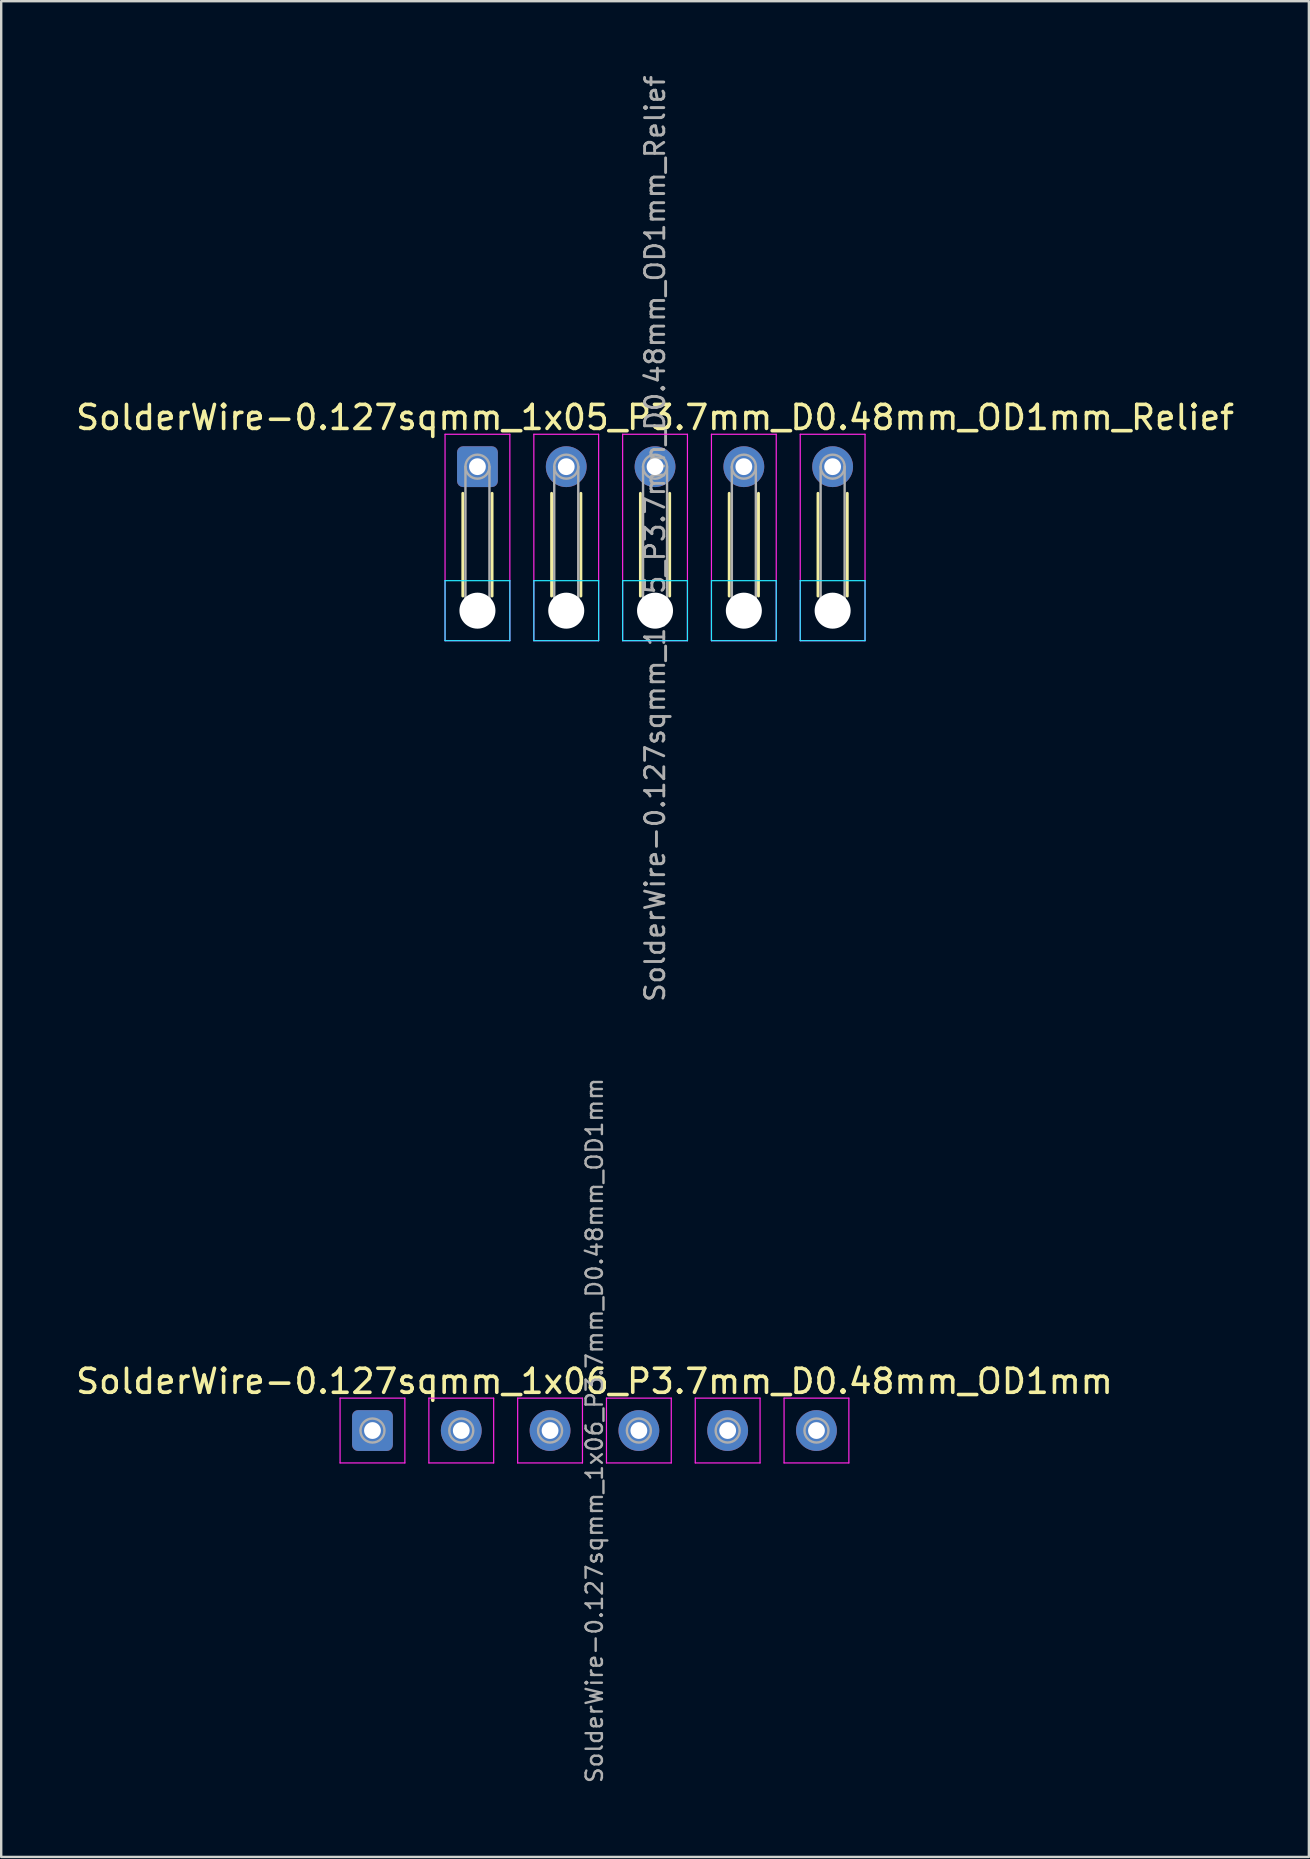
<source format=kicad_pcb>
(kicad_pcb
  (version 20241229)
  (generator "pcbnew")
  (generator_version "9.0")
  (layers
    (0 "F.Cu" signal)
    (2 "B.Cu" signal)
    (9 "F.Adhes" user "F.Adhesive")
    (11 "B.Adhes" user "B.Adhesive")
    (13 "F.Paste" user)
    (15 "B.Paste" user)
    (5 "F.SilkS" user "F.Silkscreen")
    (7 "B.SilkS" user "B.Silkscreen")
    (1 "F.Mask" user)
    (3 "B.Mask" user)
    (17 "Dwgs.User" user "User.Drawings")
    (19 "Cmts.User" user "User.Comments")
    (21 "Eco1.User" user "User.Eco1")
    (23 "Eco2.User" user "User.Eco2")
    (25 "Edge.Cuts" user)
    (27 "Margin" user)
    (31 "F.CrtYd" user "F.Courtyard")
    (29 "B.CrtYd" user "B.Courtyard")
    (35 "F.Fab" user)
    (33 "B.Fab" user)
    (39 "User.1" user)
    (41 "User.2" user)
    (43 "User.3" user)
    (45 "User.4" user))
  (footprint "SolderWire-0.127sqmm_1x06_P3.7mm_D0.48mm_OD1mm"
    (layer "F.Cu")
    (at 12.47 56.557)
    (property "Reference" "SolderWire-0.127sqmm_1x06_P3.7mm_D0.48mm_OD1mm" (at 9.25 -2.05 0) (layer "F.SilkS") (effects (font (size 1 1) (thickness 0.15))))
    (attr exclude_from_pos_files exclude_from_bom)
    (fp_line (start -1.35 -1.35) (end -1.35 1.35) (stroke (width 0.05) (type solid)) (layer "F.CrtYd"))
    (fp_line (start -1.35 1.35) (end 1.35 1.35) (stroke (width 0.05) (type solid)) (layer "F.CrtYd"))
    (fp_line (start 1.35 -1.35) (end -1.35 -1.35) (stroke (width 0.05) (type solid)) (layer "F.CrtYd"))
    (fp_line (start 1.35 1.35) (end 1.35 -1.35) (stroke (width 0.05) (type solid)) (layer "F.CrtYd"))
    (fp_line (start 2.35 -1.35) (end 2.35 1.35) (stroke (width 0.05) (type solid)) (layer "F.CrtYd"))
    (fp_line (start 2.35 1.35) (end 5.05 1.35) (stroke (width 0.05) (type solid)) (layer "F.CrtYd"))
    (fp_line (start 5.05 -1.35) (end 2.35 -1.35) (stroke (width 0.05) (type solid)) (layer "F.CrtYd"))
    (fp_line (start 5.05 1.35) (end 5.05 -1.35) (stroke (width 0.05) (type solid)) (layer "F.CrtYd"))
    (fp_line (start 6.05 -1.35) (end 6.05 1.35) (stroke (width 0.05) (type solid)) (layer "F.CrtYd"))
    (fp_line (start 6.05 1.35) (end 8.75 1.35) (stroke (width 0.05) (type solid)) (layer "F.CrtYd"))
    (fp_line (start 8.75 -1.35) (end 6.05 -1.35) (stroke (width 0.05) (type solid)) (layer "F.CrtYd"))
    (fp_line (start 8.75 1.35) (end 8.75 -1.35) (stroke (width 0.05) (type solid)) (layer "F.CrtYd"))
    (fp_line (start 9.75 -1.35) (end 9.75 1.35) (stroke (width 0.05) (type solid)) (layer "F.CrtYd"))
    (fp_line (start 9.75 1.35) (end 12.45 1.35) (stroke (width 0.05) (type solid)) (layer "F.CrtYd"))
    (fp_line (start 12.45 -1.35) (end 9.75 -1.35) (stroke (width 0.05) (type solid)) (layer "F.CrtYd"))
    (fp_line (start 12.45 1.35) (end 12.45 -1.35) (stroke (width 0.05) (type solid)) (layer "F.CrtYd"))
    (fp_line (start 13.45 -1.35) (end 13.45 1.35) (stroke (width 0.05) (type solid)) (layer "F.CrtYd"))
    (fp_line (start 13.45 1.35) (end 16.15 1.35) (stroke (width 0.05) (type solid)) (layer "F.CrtYd"))
    (fp_line (start 16.15 -1.35) (end 13.45 -1.35) (stroke (width 0.05) (type solid)) (layer "F.CrtYd"))
    (fp_line (start 16.15 1.35) (end 16.15 -1.35) (stroke (width 0.05) (type solid)) (layer "F.CrtYd"))
    (fp_line (start 17.15 -1.35) (end 17.15 1.35) (stroke (width 0.05) (type solid)) (layer "F.CrtYd"))
    (fp_line (start 17.15 1.35) (end 19.85 1.35) (stroke (width 0.05) (type solid)) (layer "F.CrtYd"))
    (fp_line (start 19.85 -1.35) (end 17.15 -1.35) (stroke (width 0.05) (type solid)) (layer "F.CrtYd"))
    (fp_line (start 19.85 1.35) (end 19.85 -1.35) (stroke (width 0.05) (type solid)) (layer "F.CrtYd"))
    (fp_circle (center 0 0) (end 0.5 0) (stroke (width 0.1) (type solid)) (fill no) (layer "F.Fab"))
    (fp_circle (center 3.7 0) (end 4.2 0) (stroke (width 0.1) (type solid)) (fill no) (layer "F.Fab"))
    (fp_circle (center 7.4 0) (end 7.9 0) (stroke (width 0.1) (type solid)) (fill no) (layer "F.Fab"))
    (fp_circle (center 11.1 0) (end 11.6 0) (stroke (width 0.1) (type solid)) (fill no) (layer "F.Fab"))
    (fp_circle (center 14.8 0) (end 15.3 0) (stroke (width 0.1) (type solid)) (fill no) (layer "F.Fab"))
    (fp_circle (center 18.5 0) (end 19 0) (stroke (width 0.1) (type solid)) (fill no) (layer "F.Fab"))
    (fp_text user "${REFERENCE}" (at 9.25 0 90) (layer "F.Fab") (effects (font (size 0.68 0.68) (thickness 0.1))))
    (pad "1" thru_hole roundrect (at 0 0) (size 1.7 1.7) (drill 0.7) (layers "*.Cu" "*.Mask") (roundrect_rratio 0.147))
    (pad "2" thru_hole circle (at 3.7 0) (size 1.7 1.7) (drill 0.7) (layers "*.Cu" "*.Mask"))
    (pad "3" thru_hole circle (at 7.4 0) (size 1.7 1.7) (drill 0.7) (layers "*.Cu" "*.Mask"))
    (pad "4" thru_hole circle (at 11.1 0) (size 1.7 1.7) (drill 0.7) (layers "*.Cu" "*.Mask"))
    (pad "5" thru_hole circle (at 14.8 0) (size 1.7 1.7) (drill 0.7) (layers "*.Cu" "*.Mask"))
    (pad "6" thru_hole circle (at 18.5 0) (size 1.7 1.7) (drill 0.7) (layers "*.Cu" "*.Mask")))
  (footprint "SolderWire-0.127sqmm_1x05_P3.7mm_D0.48mm_OD1mm_Relief"
    (layer "F.Cu")
    (at 16.844 16.395)
    (property "Reference" "SolderWire-0.127sqmm_1x05_P3.7mm_D0.48mm_OD1mm_Relief" (at 7.4 -2.05 0) (layer "F.SilkS") (effects (font (size 1 1) (thickness 0.15))))
    (attr exclude_from_pos_files exclude_from_bom)
    (fp_line (start -0.61 1.11) (end -0.61 5.39) (stroke (width 0.12) (type solid)) (layer "F.SilkS"))
    (fp_line (start 0.61 1.11) (end 0.61 5.39) (stroke (width 0.12) (type solid)) (layer "F.SilkS"))
    (fp_line (start 3.09 1.11) (end 3.09 5.39) (stroke (width 0.12) (type solid)) (layer "F.SilkS"))
    (fp_line (start 4.31 1.11) (end 4.31 5.39) (stroke (width 0.12) (type solid)) (layer "F.SilkS"))
    (fp_line (start 6.79 1.11) (end 6.79 5.39) (stroke (width 0.12) (type solid)) (layer "F.SilkS"))
    (fp_line (start 8.01 1.11) (end 8.01 5.39) (stroke (width 0.12) (type solid)) (layer "F.SilkS"))
    (fp_line (start 10.49 1.11) (end 10.49 5.39) (stroke (width 0.12) (type solid)) (layer "F.SilkS"))
    (fp_line (start 11.71 1.11) (end 11.71 5.39) (stroke (width 0.12) (type solid)) (layer "F.SilkS"))
    (fp_line (start 14.19 1.11) (end 14.19 5.39) (stroke (width 0.12) (type solid)) (layer "F.SilkS"))
    (fp_line (start 15.41 1.11) (end 15.41 5.39) (stroke (width 0.12) (type solid)) (layer "F.SilkS"))
    (fp_line (start -1.35 4.75) (end -1.35 7.25) (stroke (width 0.05) (type solid)) (layer "B.CrtYd"))
    (fp_line (start -1.35 7.25) (end 1.35 7.25) (stroke (width 0.05) (type solid)) (layer "B.CrtYd"))
    (fp_line (start 1.35 4.75) (end -1.35 4.75) (stroke (width 0.05) (type solid)) (layer "B.CrtYd"))
    (fp_line (start 1.35 7.25) (end 1.35 4.75) (stroke (width 0.05) (type solid)) (layer "B.CrtYd"))
    (fp_line (start 2.35 4.75) (end 2.35 7.25) (stroke (width 0.05) (type solid)) (layer "B.CrtYd"))
    (fp_line (start 2.35 7.25) (end 5.05 7.25) (stroke (width 0.05) (type solid)) (layer "B.CrtYd"))
    (fp_line (start 5.05 4.75) (end 2.35 4.75) (stroke (width 0.05) (type solid)) (layer "B.CrtYd"))
    (fp_line (start 5.05 7.25) (end 5.05 4.75) (stroke (width 0.05) (type solid)) (layer "B.CrtYd"))
    (fp_line (start 6.05 4.75) (end 6.05 7.25) (stroke (width 0.05) (type solid)) (layer "B.CrtYd"))
    (fp_line (start 6.05 7.25) (end 8.75 7.25) (stroke (width 0.05) (type solid)) (layer "B.CrtYd"))
    (fp_line (start 8.75 4.75) (end 6.05 4.75) (stroke (width 0.05) (type solid)) (layer "B.CrtYd"))
    (fp_line (start 8.75 7.25) (end 8.75 4.75) (stroke (width 0.05) (type solid)) (layer "B.CrtYd"))
    (fp_line (start 9.75 4.75) (end 9.75 7.25) (stroke (width 0.05) (type solid)) (layer "B.CrtYd"))
    (fp_line (start 9.75 7.25) (end 12.45 7.25) (stroke (width 0.05) (type solid)) (layer "B.CrtYd"))
    (fp_line (start 12.45 4.75) (end 9.75 4.75) (stroke (width 0.05) (type solid)) (layer "B.CrtYd"))
    (fp_line (start 12.45 7.25) (end 12.45 4.75) (stroke (width 0.05) (type solid)) (layer "B.CrtYd"))
    (fp_line (start 13.45 4.75) (end 13.45 7.25) (stroke (width 0.05) (type solid)) (layer "B.CrtYd"))
    (fp_line (start 13.45 7.25) (end 16.15 7.25) (stroke (width 0.05) (type solid)) (layer "B.CrtYd"))
    (fp_line (start 16.15 4.75) (end 13.45 4.75) (stroke (width 0.05) (type solid)) (layer "B.CrtYd"))
    (fp_line (start 16.15 7.25) (end 16.15 4.75) (stroke (width 0.05) (type solid)) (layer "B.CrtYd"))
    (fp_line (start -1.35 -1.35) (end -1.35 7.25) (stroke (width 0.05) (type solid)) (layer "F.CrtYd"))
    (fp_line (start -1.35 7.25) (end 1.35 7.25) (stroke (width 0.05) (type solid)) (layer "F.CrtYd"))
    (fp_line (start 1.35 -1.35) (end -1.35 -1.35) (stroke (width 0.05) (type solid)) (layer "F.CrtYd"))
    (fp_line (start 1.35 7.25) (end 1.35 -1.35) (stroke (width 0.05) (type solid)) (layer "F.CrtYd"))
    (fp_line (start 2.35 -1.35) (end 2.35 7.25) (stroke (width 0.05) (type solid)) (layer "F.CrtYd"))
    (fp_line (start 2.35 7.25) (end 5.05 7.25) (stroke (width 0.05) (type solid)) (layer "F.CrtYd"))
    (fp_line (start 5.05 -1.35) (end 2.35 -1.35) (stroke (width 0.05) (type solid)) (layer "F.CrtYd"))
    (fp_line (start 5.05 7.25) (end 5.05 -1.35) (stroke (width 0.05) (type solid)) (layer "F.CrtYd"))
    (fp_line (start 6.05 -1.35) (end 6.05 7.25) (stroke (width 0.05) (type solid)) (layer "F.CrtYd"))
    (fp_line (start 6.05 7.25) (end 8.75 7.25) (stroke (width 0.05) (type solid)) (layer "F.CrtYd"))
    (fp_line (start 8.75 -1.35) (end 6.05 -1.35) (stroke (width 0.05) (type solid)) (layer "F.CrtYd"))
    (fp_line (start 8.75 7.25) (end 8.75 -1.35) (stroke (width 0.05) (type solid)) (layer "F.CrtYd"))
    (fp_line (start 9.75 -1.35) (end 9.75 7.25) (stroke (width 0.05) (type solid)) (layer "F.CrtYd"))
    (fp_line (start 9.75 7.25) (end 12.45 7.25) (stroke (width 0.05) (type solid)) (layer "F.CrtYd"))
    (fp_line (start 12.45 -1.35) (end 9.75 -1.35) (stroke (width 0.05) (type solid)) (layer "F.CrtYd"))
    (fp_line (start 12.45 7.25) (end 12.45 -1.35) (stroke (width 0.05) (type solid)) (layer "F.CrtYd"))
    (fp_line (start 13.45 -1.35) (end 13.45 7.25) (stroke (width 0.05) (type solid)) (layer "F.CrtYd"))
    (fp_line (start 13.45 7.25) (end 16.15 7.25) (stroke (width 0.05) (type solid)) (layer "F.CrtYd"))
    (fp_line (start 16.15 -1.35) (end 13.45 -1.35) (stroke (width 0.05) (type solid)) (layer "F.CrtYd"))
    (fp_line (start 16.15 7.25) (end 16.15 -1.35) (stroke (width 0.05) (type solid)) (layer "F.CrtYd"))
    (fp_line (start -0.5 0) (end -0.5 6) (stroke (width 0.1) (type solid)) (layer "F.Fab"))
    (fp_line (start 0.5 0) (end 0.5 6) (stroke (width 0.1) (type solid)) (layer "F.Fab"))
    (fp_line (start 3.2 0) (end 3.2 6) (stroke (width 0.1) (type solid)) (layer "F.Fab"))
    (fp_line (start 4.2 0) (end 4.2 6) (stroke (width 0.1) (type solid)) (layer "F.Fab"))
    (fp_line (start 6.9 0) (end 6.9 6) (stroke (width 0.1) (type solid)) (layer "F.Fab"))
    (fp_line (start 7.9 0) (end 7.9 6) (stroke (width 0.1) (type solid)) (layer "F.Fab"))
    (fp_line (start 10.6 0) (end 10.6 6) (stroke (width 0.1) (type solid)) (layer "F.Fab"))
    (fp_line (start 11.6 0) (end 11.6 6) (stroke (width 0.1) (type solid)) (layer "F.Fab"))
    (fp_line (start 14.3 0) (end 14.3 6) (stroke (width 0.1) (type solid)) (layer "F.Fab"))
    (fp_line (start 15.3 0) (end 15.3 6) (stroke (width 0.1) (type solid)) (layer "F.Fab"))
    (fp_circle (center 0 0) (end 0.5 0) (stroke (width 0.1) (type solid)) (fill no) (layer "F.Fab"))
    (fp_circle (center 0 6) (end 0.5 6) (stroke (width 0.1) (type solid)) (fill no) (layer "F.Fab"))
    (fp_circle (center 3.7 0) (end 4.2 0) (stroke (width 0.1) (type solid)) (fill no) (layer "F.Fab"))
    (fp_circle (center 3.7 6) (end 4.2 6) (stroke (width 0.1) (type solid)) (fill no) (layer "F.Fab"))
    (fp_circle (center 7.4 0) (end 7.9 0) (stroke (width 0.1) (type solid)) (fill no) (layer "F.Fab"))
    (fp_circle (center 7.4 6) (end 7.9 6) (stroke (width 0.1) (type solid)) (fill no) (layer "F.Fab"))
    (fp_circle (center 11.1 0) (end 11.6 0) (stroke (width 0.1) (type solid)) (fill no) (layer "F.Fab"))
    (fp_circle (center 11.1 6) (end 11.6 6) (stroke (width 0.1) (type solid)) (fill no) (layer "F.Fab"))
    (fp_circle (center 14.8 0) (end 15.3 0) (stroke (width 0.1) (type solid)) (fill no) (layer "F.Fab"))
    (fp_circle (center 14.8 6) (end 15.3 6) (stroke (width 0.1) (type solid)) (fill no) (layer "F.Fab"))
    (fp_text user "${REFERENCE}" (at 7.4 3 90) (layer "F.Fab") (effects (font (size 0.8 0.8) (thickness 0.12))))
    (pad "" np_thru_hole circle (at 0 6) (size 1.5 1.5) (drill 1.5) (layers "*.Cu" "*.Mask"))
    (pad "" np_thru_hole circle (at 3.7 6) (size 1.5 1.5) (drill 1.5) (layers "*.Cu" "*.Mask"))
    (pad "" np_thru_hole circle (at 7.4 6) (size 1.5 1.5) (drill 1.5) (layers "*.Cu" "*.Mask"))
    (pad "" np_thru_hole circle (at 11.1 6) (size 1.5 1.5) (drill 1.5) (layers "*.Cu" "*.Mask"))
    (pad "" np_thru_hole circle (at 14.8 6) (size 1.5 1.5) (drill 1.5) (layers "*.Cu" "*.Mask"))
    (pad "1" thru_hole roundrect (at 0 0) (size 1.7 1.7) (drill 0.7) (layers "*.Cu" "*.Mask") (roundrect_rratio 0.147))
    (pad "2" thru_hole circle (at 3.7 0) (size 1.7 1.7) (drill 0.7) (layers "*.Cu" "*.Mask"))
    (pad "3" thru_hole circle (at 7.4 0) (size 1.7 1.7) (drill 0.7) (layers "*.Cu" "*.Mask"))
    (pad "4" thru_hole circle (at 11.1 0) (size 1.7 1.7) (drill 0.7) (layers "*.Cu" "*.Mask"))
    (pad "5" thru_hole circle (at 14.8 0) (size 1.7 1.7) (drill 0.7) (layers "*.Cu" "*.Mask")))
  (gr_rect
    (start -3 -3)
    (end 51.488 74.324)
    (stroke (width 0.1) (type default))
    (fill no)
    (layer "Edge.Cuts")))
</source>
